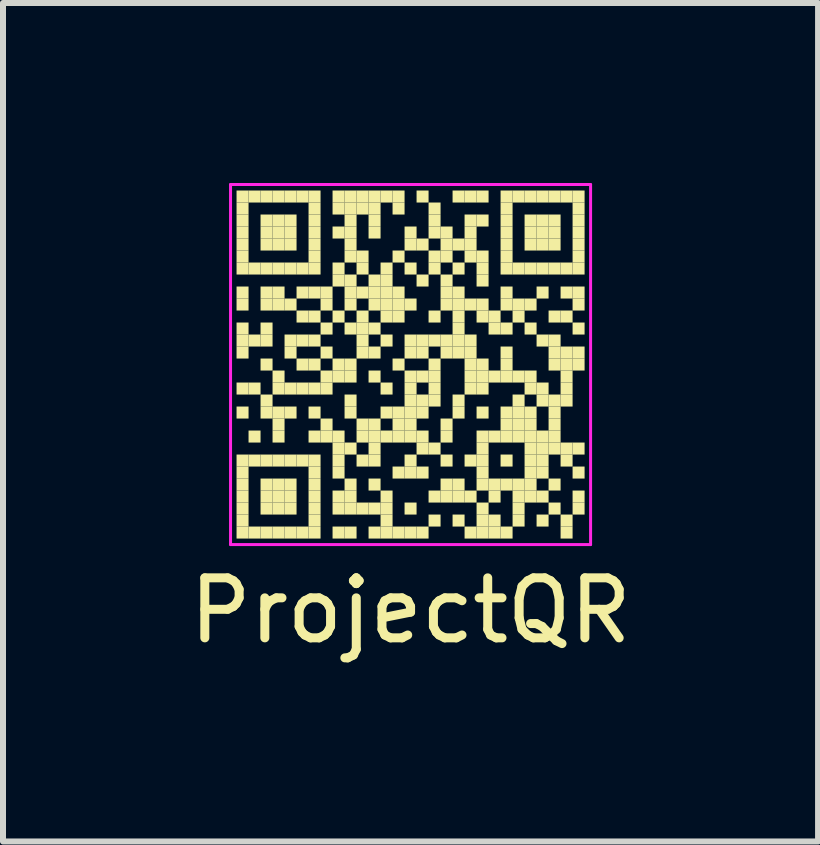
<source format=kicad_pcb>
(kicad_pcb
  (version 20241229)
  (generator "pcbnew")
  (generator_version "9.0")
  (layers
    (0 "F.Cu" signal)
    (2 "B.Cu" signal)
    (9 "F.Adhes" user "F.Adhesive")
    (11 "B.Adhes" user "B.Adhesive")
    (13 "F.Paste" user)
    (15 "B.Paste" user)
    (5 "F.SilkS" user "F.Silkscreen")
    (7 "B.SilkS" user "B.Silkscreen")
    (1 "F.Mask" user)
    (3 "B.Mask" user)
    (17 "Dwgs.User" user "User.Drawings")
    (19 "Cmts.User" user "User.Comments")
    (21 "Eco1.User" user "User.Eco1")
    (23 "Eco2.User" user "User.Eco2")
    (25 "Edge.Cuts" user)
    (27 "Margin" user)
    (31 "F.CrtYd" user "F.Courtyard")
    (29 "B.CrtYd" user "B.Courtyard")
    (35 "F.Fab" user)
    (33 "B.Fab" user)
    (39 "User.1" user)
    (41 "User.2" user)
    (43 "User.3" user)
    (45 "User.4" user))
  (footprint "ProjectQR"
    (layer "F.Cu")
    (at 3.792 3.025)
    (property "Reference" "ProjectQR" (at 0 4.1 0) (layer "F.SilkS") (effects (font (size 1 1) (thickness 0.15))))
    (fp_rect (start -2.9 -2.9) (end -2.7 -2.7) (stroke (width 0) (type default)) (fill yes) (layer "F.SilkS"))
    (fp_rect (start -2.9 -2.7) (end -2.7 -2.5) (stroke (width 0) (type default)) (fill yes) (layer "F.SilkS"))
    (fp_rect (start -2.9 -2.5) (end -2.7 -2.3) (stroke (width 0) (type default)) (fill yes) (layer "F.SilkS"))
    (fp_rect (start -2.9 -2.3) (end -2.7 -2.1) (stroke (width 0) (type default)) (fill yes) (layer "F.SilkS"))
    (fp_rect (start -2.9 -2.1) (end -2.7 -1.9) (stroke (width 0) (type default)) (fill yes) (layer "F.SilkS"))
    (fp_rect (start -2.9 -1.9) (end -2.7 -1.7) (stroke (width 0) (type default)) (fill yes) (layer "F.SilkS"))
    (fp_rect (start -2.9 -1.7) (end -2.7 -1.5) (stroke (width 0) (type default)) (fill yes) (layer "F.SilkS"))
    (fp_rect (start -2.9 -1.3) (end -2.7 -1.1) (stroke (width 0) (type default)) (fill yes) (layer "F.SilkS"))
    (fp_rect (start -2.9 -1.1) (end -2.7 -0.9) (stroke (width 0) (type default)) (fill yes) (layer "F.SilkS"))
    (fp_rect (start -2.9 -0.7) (end -2.7 -0.5) (stroke (width 0) (type default)) (fill yes) (layer "F.SilkS"))
    (fp_rect (start -2.9 -0.5) (end -2.7 -0.3) (stroke (width 0) (type default)) (fill yes) (layer "F.SilkS"))
    (fp_rect (start -2.9 -0.3) (end -2.7 -0.1) (stroke (width 0) (type default)) (fill yes) (layer "F.SilkS"))
    (fp_rect (start -2.9 0.3) (end -2.7 0.5) (stroke (width 0) (type default)) (fill yes) (layer "F.SilkS"))
    (fp_rect (start -2.9 0.7) (end -2.7 0.9) (stroke (width 0) (type default)) (fill yes) (layer "F.SilkS"))
    (fp_rect (start -2.9 1.5) (end -2.7 1.7) (stroke (width 0) (type default)) (fill yes) (layer "F.SilkS"))
    (fp_rect (start -2.9 1.7) (end -2.7 1.9) (stroke (width 0) (type default)) (fill yes) (layer "F.SilkS"))
    (fp_rect (start -2.9 1.9) (end -2.7 2.1) (stroke (width 0) (type default)) (fill yes) (layer "F.SilkS"))
    (fp_rect (start -2.9 2.1) (end -2.7 2.3) (stroke (width 0) (type default)) (fill yes) (layer "F.SilkS"))
    (fp_rect (start -2.9 2.3) (end -2.7 2.5) (stroke (width 0) (type default)) (fill yes) (layer "F.SilkS"))
    (fp_rect (start -2.9 2.5) (end -2.7 2.7) (stroke (width 0) (type default)) (fill yes) (layer "F.SilkS"))
    (fp_rect (start -2.9 2.7) (end -2.7 2.9) (stroke (width 0) (type default)) (fill yes) (layer "F.SilkS"))
    (fp_rect (start -2.7 -2.9) (end -2.5 -2.7) (stroke (width 0) (type default)) (fill yes) (layer "F.SilkS"))
    (fp_rect (start -2.7 -1.7) (end -2.5 -1.5) (stroke (width 0) (type default)) (fill yes) (layer "F.SilkS"))
    (fp_rect (start -2.7 -0.5) (end -2.5 -0.3) (stroke (width 0) (type default)) (fill yes) (layer "F.SilkS"))
    (fp_rect (start -2.7 0.3) (end -2.5 0.5) (stroke (width 0) (type default)) (fill yes) (layer "F.SilkS"))
    (fp_rect (start -2.7 1.1) (end -2.5 1.3) (stroke (width 0) (type default)) (fill yes) (layer "F.SilkS"))
    (fp_rect (start -2.7 1.5) (end -2.5 1.7) (stroke (width 0) (type default)) (fill yes) (layer "F.SilkS"))
    (fp_rect (start -2.7 2.7) (end -2.5 2.9) (stroke (width 0) (type default)) (fill yes) (layer "F.SilkS"))
    (fp_rect (start -2.5 -2.9) (end -2.3 -2.7) (stroke (width 0) (type default)) (fill yes) (layer "F.SilkS"))
    (fp_rect (start -2.5 -2.5) (end -2.3 -2.3) (stroke (width 0) (type default)) (fill yes) (layer "F.SilkS"))
    (fp_rect (start -2.5 -2.3) (end -2.3 -2.1) (stroke (width 0) (type default)) (fill yes) (layer "F.SilkS"))
    (fp_rect (start -2.5 -2.1) (end -2.3 -1.9) (stroke (width 0) (type default)) (fill yes) (layer "F.SilkS"))
    (fp_rect (start -2.5 -1.7) (end -2.3 -1.5) (stroke (width 0) (type default)) (fill yes) (layer "F.SilkS"))
    (fp_rect (start -2.5 -1.3) (end -2.3 -1.1) (stroke (width 0) (type default)) (fill yes) (layer "F.SilkS"))
    (fp_rect (start -2.5 -1.1) (end -2.3 -0.9) (stroke (width 0) (type default)) (fill yes) (layer "F.SilkS"))
    (fp_rect (start -2.5 -0.7) (end -2.3 -0.5) (stroke (width 0) (type default)) (fill yes) (layer "F.SilkS"))
    (fp_rect (start -2.5 -0.5) (end -2.3 -0.3) (stroke (width 0) (type default)) (fill yes) (layer "F.SilkS"))
    (fp_rect (start -2.5 -0.1) (end -2.3 0.1) (stroke (width 0) (type default)) (fill yes) (layer "F.SilkS"))
    (fp_rect (start -2.5 0.5) (end -2.3 0.7) (stroke (width 0) (type default)) (fill yes) (layer "F.SilkS"))
    (fp_rect (start -2.5 0.7) (end -2.3 0.9) (stroke (width 0) (type default)) (fill yes) (layer "F.SilkS"))
    (fp_rect (start -2.5 1.5) (end -2.3 1.7) (stroke (width 0) (type default)) (fill yes) (layer "F.SilkS"))
    (fp_rect (start -2.5 1.9) (end -2.3 2.1) (stroke (width 0) (type default)) (fill yes) (layer "F.SilkS"))
    (fp_rect (start -2.5 2.1) (end -2.3 2.3) (stroke (width 0) (type default)) (fill yes) (layer "F.SilkS"))
    (fp_rect (start -2.5 2.3) (end -2.3 2.5) (stroke (width 0) (type default)) (fill yes) (layer "F.SilkS"))
    (fp_rect (start -2.5 2.7) (end -2.3 2.9) (stroke (width 0) (type default)) (fill yes) (layer "F.SilkS"))
    (fp_rect (start -2.3 -2.9) (end -2.1 -2.7) (stroke (width 0) (type default)) (fill yes) (layer "F.SilkS"))
    (fp_rect (start -2.3 -2.5) (end -2.1 -2.3) (stroke (width 0) (type default)) (fill yes) (layer "F.SilkS"))
    (fp_rect (start -2.3 -2.3) (end -2.1 -2.1) (stroke (width 0) (type default)) (fill yes) (layer "F.SilkS"))
    (fp_rect (start -2.3 -2.1) (end -2.1 -1.9) (stroke (width 0) (type default)) (fill yes) (layer "F.SilkS"))
    (fp_rect (start -2.3 -1.7) (end -2.1 -1.5) (stroke (width 0) (type default)) (fill yes) (layer "F.SilkS"))
    (fp_rect (start -2.3 -1.3) (end -2.1 -1.1) (stroke (width 0) (type default)) (fill yes) (layer "F.SilkS"))
    (fp_rect (start -2.3 -1.1) (end -2.1 -0.9) (stroke (width 0) (type default)) (fill yes) (layer "F.SilkS"))
    (fp_rect (start -2.3 0.1) (end -2.1 0.3) (stroke (width 0) (type default)) (fill yes) (layer "F.SilkS"))
    (fp_rect (start -2.3 0.3) (end -2.1 0.5) (stroke (width 0) (type default)) (fill yes) (layer "F.SilkS"))
    (fp_rect (start -2.3 0.7) (end -2.1 0.9) (stroke (width 0) (type default)) (fill yes) (layer "F.SilkS"))
    (fp_rect (start -2.3 0.9) (end -2.1 1.1) (stroke (width 0) (type default)) (fill yes) (layer "F.SilkS"))
    (fp_rect (start -2.3 1.1) (end -2.1 1.3) (stroke (width 0) (type default)) (fill yes) (layer "F.SilkS"))
    (fp_rect (start -2.3 1.5) (end -2.1 1.7) (stroke (width 0) (type default)) (fill yes) (layer "F.SilkS"))
    (fp_rect (start -2.3 1.9) (end -2.1 2.1) (stroke (width 0) (type default)) (fill yes) (layer "F.SilkS"))
    (fp_rect (start -2.3 2.1) (end -2.1 2.3) (stroke (width 0) (type default)) (fill yes) (layer "F.SilkS"))
    (fp_rect (start -2.3 2.3) (end -2.1 2.5) (stroke (width 0) (type default)) (fill yes) (layer "F.SilkS"))
    (fp_rect (start -2.3 2.7) (end -2.1 2.9) (stroke (width 0) (type default)) (fill yes) (layer "F.SilkS"))
    (fp_rect (start -2.1 -2.9) (end -1.9 -2.7) (stroke (width 0) (type default)) (fill yes) (layer "F.SilkS"))
    (fp_rect (start -2.1 -2.5) (end -1.9 -2.3) (stroke (width 0) (type default)) (fill yes) (layer "F.SilkS"))
    (fp_rect (start -2.1 -2.3) (end -1.9 -2.1) (stroke (width 0) (type default)) (fill yes) (layer "F.SilkS"))
    (fp_rect (start -2.1 -2.1) (end -1.9 -1.9) (stroke (width 0) (type default)) (fill yes) (layer "F.SilkS"))
    (fp_rect (start -2.1 -1.7) (end -1.9 -1.5) (stroke (width 0) (type default)) (fill yes) (layer "F.SilkS"))
    (fp_rect (start -2.1 -1.1) (end -1.9 -0.9) (stroke (width 0) (type default)) (fill yes) (layer "F.SilkS"))
    (fp_rect (start -2.1 -0.5) (end -1.9 -0.3) (stroke (width 0) (type default)) (fill yes) (layer "F.SilkS"))
    (fp_rect (start -2.1 -0.3) (end -1.9 -0.1) (stroke (width 0) (type default)) (fill yes) (layer "F.SilkS"))
    (fp_rect (start -2.1 0.3) (end -1.9 0.5) (stroke (width 0) (type default)) (fill yes) (layer "F.SilkS"))
    (fp_rect (start -2.1 0.7) (end -1.9 0.9) (stroke (width 0) (type default)) (fill yes) (layer "F.SilkS"))
    (fp_rect (start -2.1 1.5) (end -1.9 1.7) (stroke (width 0) (type default)) (fill yes) (layer "F.SilkS"))
    (fp_rect (start -2.1 1.9) (end -1.9 2.1) (stroke (width 0) (type default)) (fill yes) (layer "F.SilkS"))
    (fp_rect (start -2.1 2.1) (end -1.9 2.3) (stroke (width 0) (type default)) (fill yes) (layer "F.SilkS"))
    (fp_rect (start -2.1 2.3) (end -1.9 2.5) (stroke (width 0) (type default)) (fill yes) (layer "F.SilkS"))
    (fp_rect (start -2.1 2.7) (end -1.9 2.9) (stroke (width 0) (type default)) (fill yes) (layer "F.SilkS"))
    (fp_rect (start -1.9 -2.9) (end -1.7 -2.7) (stroke (width 0) (type default)) (fill yes) (layer "F.SilkS"))
    (fp_rect (start -1.9 -1.7) (end -1.7 -1.5) (stroke (width 0) (type default)) (fill yes) (layer "F.SilkS"))
    (fp_rect (start -1.9 -1.3) (end -1.7 -1.1) (stroke (width 0) (type default)) (fill yes) (layer "F.SilkS"))
    (fp_rect (start -1.9 -0.9) (end -1.7 -0.7) (stroke (width 0) (type default)) (fill yes) (layer "F.SilkS"))
    (fp_rect (start -1.9 -0.5) (end -1.7 -0.3) (stroke (width 0) (type default)) (fill yes) (layer "F.SilkS"))
    (fp_rect (start -1.9 -0.1) (end -1.7 0.1) (stroke (width 0) (type default)) (fill yes) (layer "F.SilkS"))
    (fp_rect (start -1.9 0.3) (end -1.7 0.5) (stroke (width 0) (type default)) (fill yes) (layer "F.SilkS"))
    (fp_rect (start -1.9 1.5) (end -1.7 1.7) (stroke (width 0) (type default)) (fill yes) (layer "F.SilkS"))
    (fp_rect (start -1.9 2.7) (end -1.7 2.9) (stroke (width 0) (type default)) (fill yes) (layer "F.SilkS"))
    (fp_rect (start -1.7 -2.9) (end -1.5 -2.7) (stroke (width 0) (type default)) (fill yes) (layer "F.SilkS"))
    (fp_rect (start -1.7 -2.7) (end -1.5 -2.5) (stroke (width 0) (type default)) (fill yes) (layer "F.SilkS"))
    (fp_rect (start -1.7 -2.5) (end -1.5 -2.3) (stroke (width 0) (type default)) (fill yes) (layer "F.SilkS"))
    (fp_rect (start -1.7 -2.3) (end -1.5 -2.1) (stroke (width 0) (type default)) (fill yes) (layer "F.SilkS"))
    (fp_rect (start -1.7 -2.1) (end -1.5 -1.9) (stroke (width 0) (type default)) (fill yes) (layer "F.SilkS"))
    (fp_rect (start -1.7 -1.9) (end -1.5 -1.7) (stroke (width 0) (type default)) (fill yes) (layer "F.SilkS"))
    (fp_rect (start -1.7 -1.7) (end -1.5 -1.5) (stroke (width 0) (type default)) (fill yes) (layer "F.SilkS"))
    (fp_rect (start -1.7 -1.3) (end -1.5 -1.1) (stroke (width 0) (type default)) (fill yes) (layer "F.SilkS"))
    (fp_rect (start -1.7 -0.9) (end -1.5 -0.7) (stroke (width 0) (type default)) (fill yes) (layer "F.SilkS"))
    (fp_rect (start -1.7 -0.5) (end -1.5 -0.3) (stroke (width 0) (type default)) (fill yes) (layer "F.SilkS"))
    (fp_rect (start -1.7 -0.1) (end -1.5 0.1) (stroke (width 0) (type default)) (fill yes) (layer "F.SilkS"))
    (fp_rect (start -1.7 0.3) (end -1.5 0.5) (stroke (width 0) (type default)) (fill yes) (layer "F.SilkS"))
    (fp_rect (start -1.7 0.7) (end -1.5 0.9) (stroke (width 0) (type default)) (fill yes) (layer "F.SilkS"))
    (fp_rect (start -1.7 1.1) (end -1.5 1.3) (stroke (width 0) (type default)) (fill yes) (layer "F.SilkS"))
    (fp_rect (start -1.7 1.5) (end -1.5 1.7) (stroke (width 0) (type default)) (fill yes) (layer "F.SilkS"))
    (fp_rect (start -1.7 1.7) (end -1.5 1.9) (stroke (width 0) (type default)) (fill yes) (layer "F.SilkS"))
    (fp_rect (start -1.7 1.9) (end -1.5 2.1) (stroke (width 0) (type default)) (fill yes) (layer "F.SilkS"))
    (fp_rect (start -1.7 2.1) (end -1.5 2.3) (stroke (width 0) (type default)) (fill yes) (layer "F.SilkS"))
    (fp_rect (start -1.7 2.3) (end -1.5 2.5) (stroke (width 0) (type default)) (fill yes) (layer "F.SilkS"))
    (fp_rect (start -1.7 2.5) (end -1.5 2.7) (stroke (width 0) (type default)) (fill yes) (layer "F.SilkS"))
    (fp_rect (start -1.7 2.7) (end -1.5 2.9) (stroke (width 0) (type default)) (fill yes) (layer "F.SilkS"))
    (fp_rect (start -1.5 -1.3) (end -1.3 -1.1) (stroke (width 0) (type default)) (fill yes) (layer "F.SilkS"))
    (fp_rect (start -1.5 -1.1) (end -1.3 -0.9) (stroke (width 0) (type default)) (fill yes) (layer "F.SilkS"))
    (fp_rect (start -1.5 -0.7) (end -1.3 -0.5) (stroke (width 0) (type default)) (fill yes) (layer "F.SilkS"))
    (fp_rect (start -1.5 -0.3) (end -1.3 -0.1) (stroke (width 0) (type default)) (fill yes) (layer "F.SilkS"))
    (fp_rect (start -1.5 0.1) (end -1.3 0.3) (stroke (width 0) (type default)) (fill yes) (layer "F.SilkS"))
    (fp_rect (start -1.5 0.3) (end -1.3 0.5) (stroke (width 0) (type default)) (fill yes) (layer "F.SilkS"))
    (fp_rect (start -1.5 0.9) (end -1.3 1.1) (stroke (width 0) (type default)) (fill yes) (layer "F.SilkS"))
    (fp_rect (start -1.5 1.1) (end -1.3 1.3) (stroke (width 0) (type default)) (fill yes) (layer "F.SilkS"))
    (fp_rect (start -1.3 -2.9) (end -1.1 -2.7) (stroke (width 0) (type default)) (fill yes) (layer "F.SilkS"))
    (fp_rect (start -1.3 -2.7) (end -1.1 -2.5) (stroke (width 0) (type default)) (fill yes) (layer "F.SilkS"))
    (fp_rect (start -1.3 -2.3) (end -1.1 -2.1) (stroke (width 0) (type default)) (fill yes) (layer "F.SilkS"))
    (fp_rect (start -1.3 -1.7) (end -1.1 -1.5) (stroke (width 0) (type default)) (fill yes) (layer "F.SilkS"))
    (fp_rect (start -1.3 -1.5) (end -1.1 -1.3) (stroke (width 0) (type default)) (fill yes) (layer "F.SilkS"))
    (fp_rect (start -1.3 -0.9) (end -1.1 -0.7) (stroke (width 0) (type default)) (fill yes) (layer "F.SilkS"))
    (fp_rect (start -1.3 -0.1) (end -1.1 0.1) (stroke (width 0) (type default)) (fill yes) (layer "F.SilkS"))
    (fp_rect (start -1.3 0.1) (end -1.1 0.3) (stroke (width 0) (type default)) (fill yes) (layer "F.SilkS"))
    (fp_rect (start -1.3 1.1) (end -1.1 1.3) (stroke (width 0) (type default)) (fill yes) (layer "F.SilkS"))
    (fp_rect (start -1.3 1.3) (end -1.1 1.5) (stroke (width 0) (type default)) (fill yes) (layer "F.SilkS"))
    (fp_rect (start -1.3 1.5) (end -1.1 1.7) (stroke (width 0) (type default)) (fill yes) (layer "F.SilkS"))
    (fp_rect (start -1.3 1.7) (end -1.1 1.9) (stroke (width 0) (type default)) (fill yes) (layer "F.SilkS"))
    (fp_rect (start -1.3 2.1) (end -1.1 2.3) (stroke (width 0) (type default)) (fill yes) (layer "F.SilkS"))
    (fp_rect (start -1.3 2.3) (end -1.1 2.5) (stroke (width 0) (type default)) (fill yes) (layer "F.SilkS"))
    (fp_rect (start -1.3 2.7) (end -1.1 2.9) (stroke (width 0) (type default)) (fill yes) (layer "F.SilkS"))
    (fp_rect (start -1.1 -2.9) (end -0.9 -2.7) (stroke (width 0) (type default)) (fill yes) (layer "F.SilkS"))
    (fp_rect (start -1.1 -2.7) (end -0.9 -2.5) (stroke (width 0) (type default)) (fill yes) (layer "F.SilkS"))
    (fp_rect (start -1.1 -2.5) (end -0.9 -2.3) (stroke (width 0) (type default)) (fill yes) (layer "F.SilkS"))
    (fp_rect (start -1.1 -2.3) (end -0.9 -2.1) (stroke (width 0) (type default)) (fill yes) (layer "F.SilkS"))
    (fp_rect (start -1.1 -2.1) (end -0.9 -1.9) (stroke (width 0) (type default)) (fill yes) (layer "F.SilkS"))
    (fp_rect (start -1.1 -1.9) (end -0.9 -1.7) (stroke (width 0) (type default)) (fill yes) (layer "F.SilkS"))
    (fp_rect (start -1.1 -1.5) (end -0.9 -1.3) (stroke (width 0) (type default)) (fill yes) (layer "F.SilkS"))
    (fp_rect (start -1.1 -1.3) (end -0.9 -1.1) (stroke (width 0) (type default)) (fill yes) (layer "F.SilkS"))
    (fp_rect (start -1.1 -1.1) (end -0.9 -0.9) (stroke (width 0) (type default)) (fill yes) (layer "F.SilkS"))
    (fp_rect (start -1.1 -0.7) (end -0.9 -0.5) (stroke (width 0) (type default)) (fill yes) (layer "F.SilkS"))
    (fp_rect (start -1.1 -0.1) (end -0.9 0.1) (stroke (width 0) (type default)) (fill yes) (layer "F.SilkS"))
    (fp_rect (start -1.1 0.1) (end -0.9 0.3) (stroke (width 0) (type default)) (fill yes) (layer "F.SilkS"))
    (fp_rect (start -1.1 0.5) (end -0.9 0.7) (stroke (width 0) (type default)) (fill yes) (layer "F.SilkS"))
    (fp_rect (start -1.1 0.7) (end -0.9 0.9) (stroke (width 0) (type default)) (fill yes) (layer "F.SilkS"))
    (fp_rect (start -1.1 1.3) (end -0.9 1.5) (stroke (width 0) (type default)) (fill yes) (layer "F.SilkS"))
    (fp_rect (start -1.1 1.9) (end -0.9 2.1) (stroke (width 0) (type default)) (fill yes) (layer "F.SilkS"))
    (fp_rect (start -1.1 2.1) (end -0.9 2.3) (stroke (width 0) (type default)) (fill yes) (layer "F.SilkS"))
    (fp_rect (start -1.1 2.3) (end -0.9 2.5) (stroke (width 0) (type default)) (fill yes) (layer "F.SilkS"))
    (fp_rect (start -1.1 2.7) (end -0.9 2.9) (stroke (width 0) (type default)) (fill yes) (layer "F.SilkS"))
    (fp_rect (start -0.9 -2.9) (end -0.7 -2.7) (stroke (width 0) (type default)) (fill yes) (layer "F.SilkS"))
    (fp_rect (start -0.9 -2.7) (end -0.7 -2.5) (stroke (width 0) (type default)) (fill yes) (layer "F.SilkS"))
    (fp_rect (start -0.9 -1.9) (end -0.7 -1.7) (stroke (width 0) (type default)) (fill yes) (layer "F.SilkS"))
    (fp_rect (start -0.9 -1.7) (end -0.7 -1.5) (stroke (width 0) (type default)) (fill yes) (layer "F.SilkS"))
    (fp_rect (start -0.9 -1.3) (end -0.7 -1.1) (stroke (width 0) (type default)) (fill yes) (layer "F.SilkS"))
    (fp_rect (start -0.9 -0.9) (end -0.7 -0.7) (stroke (width 0) (type default)) (fill yes) (layer "F.SilkS"))
    (fp_rect (start -0.9 -0.7) (end -0.7 -0.5) (stroke (width 0) (type default)) (fill yes) (layer "F.SilkS"))
    (fp_rect (start -0.9 -0.5) (end -0.7 -0.3) (stroke (width 0) (type default)) (fill yes) (layer "F.SilkS"))
    (fp_rect (start -0.9 -0.3) (end -0.7 -0.1) (stroke (width 0) (type default)) (fill yes) (layer "F.SilkS"))
    (fp_rect (start -0.9 0.9) (end -0.7 1.1) (stroke (width 0) (type default)) (fill yes) (layer "F.SilkS"))
    (fp_rect (start -0.9 1.1) (end -0.7 1.3) (stroke (width 0) (type default)) (fill yes) (layer "F.SilkS"))
    (fp_rect (start -0.9 1.5) (end -0.7 1.7) (stroke (width 0) (type default)) (fill yes) (layer "F.SilkS"))
    (fp_rect (start -0.9 2.3) (end -0.7 2.5) (stroke (width 0) (type default)) (fill yes) (layer "F.SilkS"))
    (fp_rect (start -0.7 -2.9) (end -0.5 -2.7) (stroke (width 0) (type default)) (fill yes) (layer "F.SilkS"))
    (fp_rect (start -0.7 -2.7) (end -0.5 -2.5) (stroke (width 0) (type default)) (fill yes) (layer "F.SilkS"))
    (fp_rect (start -0.7 -2.5) (end -0.5 -2.3) (stroke (width 0) (type default)) (fill yes) (layer "F.SilkS"))
    (fp_rect (start -0.7 -2.3) (end -0.5 -2.1) (stroke (width 0) (type default)) (fill yes) (layer "F.SilkS"))
    (fp_rect (start -0.7 -1.5) (end -0.5 -1.3) (stroke (width 0) (type default)) (fill yes) (layer "F.SilkS"))
    (fp_rect (start -0.7 -1.3) (end -0.5 -1.1) (stroke (width 0) (type default)) (fill yes) (layer "F.SilkS"))
    (fp_rect (start -0.7 -1.1) (end -0.5 -0.9) (stroke (width 0) (type default)) (fill yes) (layer "F.SilkS"))
    (fp_rect (start -0.7 -0.7) (end -0.5 -0.5) (stroke (width 0) (type default)) (fill yes) (layer "F.SilkS"))
    (fp_rect (start -0.7 -0.3) (end -0.5 -0.1) (stroke (width 0) (type default)) (fill yes) (layer "F.SilkS"))
    (fp_rect (start -0.7 0.1) (end -0.5 0.3) (stroke (width 0) (type default)) (fill yes) (layer "F.SilkS"))
    (fp_rect (start -0.7 0.9) (end -0.5 1.1) (stroke (width 0) (type default)) (fill yes) (layer "F.SilkS"))
    (fp_rect (start -0.7 1.1) (end -0.5 1.3) (stroke (width 0) (type default)) (fill yes) (layer "F.SilkS"))
    (fp_rect (start -0.7 1.3) (end -0.5 1.5) (stroke (width 0) (type default)) (fill yes) (layer "F.SilkS"))
    (fp_rect (start -0.7 1.5) (end -0.5 1.7) (stroke (width 0) (type default)) (fill yes) (layer "F.SilkS"))
    (fp_rect (start -0.7 1.9) (end -0.5 2.1) (stroke (width 0) (type default)) (fill yes) (layer "F.SilkS"))
    (fp_rect (start -0.7 2.3) (end -0.5 2.5) (stroke (width 0) (type default)) (fill yes) (layer "F.SilkS"))
    (fp_rect (start -0.7 2.7) (end -0.5 2.9) (stroke (width 0) (type default)) (fill yes) (layer "F.SilkS"))
    (fp_rect (start -0.5 -2.9) (end -0.3 -2.7) (stroke (width 0) (type default)) (fill yes) (layer "F.SilkS"))
    (fp_rect (start -0.5 -1.7) (end -0.3 -1.5) (stroke (width 0) (type default)) (fill yes) (layer "F.SilkS"))
    (fp_rect (start -0.5 -1.5) (end -0.3 -1.3) (stroke (width 0) (type default)) (fill yes) (layer "F.SilkS"))
    (fp_rect (start -0.5 -1.3) (end -0.3 -1.1) (stroke (width 0) (type default)) (fill yes) (layer "F.SilkS"))
    (fp_rect (start -0.5 -1.1) (end -0.3 -0.9) (stroke (width 0) (type default)) (fill yes) (layer "F.SilkS"))
    (fp_rect (start -0.5 -0.9) (end -0.3 -0.7) (stroke (width 0) (type default)) (fill yes) (layer "F.SilkS"))
    (fp_rect (start -0.5 -0.5) (end -0.3 -0.3) (stroke (width 0) (type default)) (fill yes) (layer "F.SilkS"))
    (fp_rect (start -0.5 0.3) (end -0.3 0.5) (stroke (width 0) (type default)) (fill yes) (layer "F.SilkS"))
    (fp_rect (start -0.5 0.7) (end -0.3 0.9) (stroke (width 0) (type default)) (fill yes) (layer "F.SilkS"))
    (fp_rect (start -0.5 1.1) (end -0.3 1.3) (stroke (width 0) (type default)) (fill yes) (layer "F.SilkS"))
    (fp_rect (start -0.5 2.1) (end -0.3 2.3) (stroke (width 0) (type default)) (fill yes) (layer "F.SilkS"))
    (fp_rect (start -0.5 2.3) (end -0.3 2.5) (stroke (width 0) (type default)) (fill yes) (layer "F.SilkS"))
    (fp_rect (start -0.5 2.5) (end -0.3 2.7) (stroke (width 0) (type default)) (fill yes) (layer "F.SilkS"))
    (fp_rect (start -0.5 2.7) (end -0.3 2.9) (stroke (width 0) (type default)) (fill yes) (layer "F.SilkS"))
    (fp_rect (start -0.3 -2.9) (end -0.1 -2.7) (stroke (width 0) (type default)) (fill yes) (layer "F.SilkS"))
    (fp_rect (start -0.3 -2.7) (end -0.1 -2.5) (stroke (width 0) (type default)) (fill yes) (layer "F.SilkS"))
    (fp_rect (start -0.3 -1.9) (end -0.1 -1.7) (stroke (width 0) (type default)) (fill yes) (layer "F.SilkS"))
    (fp_rect (start -0.3 -1.3) (end -0.1 -1.1) (stroke (width 0) (type default)) (fill yes) (layer "F.SilkS"))
    (fp_rect (start -0.3 -1.1) (end -0.1 -0.9) (stroke (width 0) (type default)) (fill yes) (layer "F.SilkS"))
    (fp_rect (start -0.3 -0.9) (end -0.1 -0.7) (stroke (width 0) (type default)) (fill yes) (layer "F.SilkS"))
    (fp_rect (start -0.3 -0.1) (end -0.1 0.1) (stroke (width 0) (type default)) (fill yes) (layer "F.SilkS"))
    (fp_rect (start -0.3 0.7) (end -0.1 0.9) (stroke (width 0) (type default)) (fill yes) (layer "F.SilkS"))
    (fp_rect (start -0.3 0.9) (end -0.1 1.1) (stroke (width 0) (type default)) (fill yes) (layer "F.SilkS"))
    (fp_rect (start -0.3 1.1) (end -0.1 1.3) (stroke (width 0) (type default)) (fill yes) (layer "F.SilkS"))
    (fp_rect (start -0.3 1.7) (end -0.1 1.9) (stroke (width 0) (type default)) (fill yes) (layer "F.SilkS"))
    (fp_rect (start -0.3 2.7) (end -0.1 2.9) (stroke (width 0) (type default)) (fill yes) (layer "F.SilkS"))
    (fp_rect (start -0.1 -2.3) (end 0.1 -2.1) (stroke (width 0) (type default)) (fill yes) (layer "F.SilkS"))
    (fp_rect (start -0.1 -2.1) (end 0.1 -1.9) (stroke (width 0) (type default)) (fill yes) (layer "F.SilkS"))
    (fp_rect (start -0.1 -1.7) (end 0.1 -1.5) (stroke (width 0) (type default)) (fill yes) (layer "F.SilkS"))
    (fp_rect (start -0.1 -1.1) (end 0.1 -0.9) (stroke (width 0) (type default)) (fill yes) (layer "F.SilkS"))
    (fp_rect (start -0.1 -0.5) (end 0.1 -0.3) (stroke (width 0) (type default)) (fill yes) (layer "F.SilkS"))
    (fp_rect (start -0.1 -0.3) (end 0.1 -0.1) (stroke (width 0) (type default)) (fill yes) (layer "F.SilkS"))
    (fp_rect (start -0.1 0.1) (end 0.1 0.3) (stroke (width 0) (type default)) (fill yes) (layer "F.SilkS"))
    (fp_rect (start -0.1 0.3) (end 0.1 0.5) (stroke (width 0) (type default)) (fill yes) (layer "F.SilkS"))
    (fp_rect (start -0.1 0.5) (end 0.1 0.7) (stroke (width 0) (type default)) (fill yes) (layer "F.SilkS"))
    (fp_rect (start -0.1 0.7) (end 0.1 0.9) (stroke (width 0) (type default)) (fill yes) (layer "F.SilkS"))
    (fp_rect (start -0.1 0.9) (end 0.1 1.1) (stroke (width 0) (type default)) (fill yes) (layer "F.SilkS"))
    (fp_rect (start -0.1 1.1) (end 0.1 1.3) (stroke (width 0) (type default)) (fill yes) (layer "F.SilkS"))
    (fp_rect (start -0.1 1.5) (end 0.1 1.7) (stroke (width 0) (type default)) (fill yes) (layer "F.SilkS"))
    (fp_rect (start -0.1 1.7) (end 0.1 1.9) (stroke (width 0) (type default)) (fill yes) (layer "F.SilkS"))
    (fp_rect (start -0.1 2.3) (end 0.1 2.5) (stroke (width 0) (type default)) (fill yes) (layer "F.SilkS"))
    (fp_rect (start -0.1 2.7) (end 0.1 2.9) (stroke (width 0) (type default)) (fill yes) (layer "F.SilkS"))
    (fp_rect (start 0.1 -2.9) (end 0.3 -2.7) (stroke (width 0) (type default)) (fill yes) (layer "F.SilkS"))
    (fp_rect (start 0.1 -2.1) (end 0.3 -1.9) (stroke (width 0) (type default)) (fill yes) (layer "F.SilkS"))
    (fp_rect (start 0.1 -1.5) (end 0.3 -1.3) (stroke (width 0) (type default)) (fill yes) (layer "F.SilkS"))
    (fp_rect (start 0.1 -0.5) (end 0.3 -0.3) (stroke (width 0) (type default)) (fill yes) (layer "F.SilkS"))
    (fp_rect (start 0.1 -0.3) (end 0.3 -0.1) (stroke (width 0) (type default)) (fill yes) (layer "F.SilkS"))
    (fp_rect (start 0.1 0.1) (end 0.3 0.3) (stroke (width 0) (type default)) (fill yes) (layer "F.SilkS"))
    (fp_rect (start 0.1 0.5) (end 0.3 0.7) (stroke (width 0) (type default)) (fill yes) (layer "F.SilkS"))
    (fp_rect (start 0.1 0.7) (end 0.3 0.9) (stroke (width 0) (type default)) (fill yes) (layer "F.SilkS"))
    (fp_rect (start 0.1 1.1) (end 0.3 1.3) (stroke (width 0) (type default)) (fill yes) (layer "F.SilkS"))
    (fp_rect (start 0.1 1.3) (end 0.3 1.5) (stroke (width 0) (type default)) (fill yes) (layer "F.SilkS"))
    (fp_rect (start 0.1 1.7) (end 0.3 1.9) (stroke (width 0) (type default)) (fill yes) (layer "F.SilkS"))
    (fp_rect (start 0.1 2.7) (end 0.3 2.9) (stroke (width 0) (type default)) (fill yes) (layer "F.SilkS"))
    (fp_rect (start 0.3 -2.7) (end 0.5 -2.5) (stroke (width 0) (type default)) (fill yes) (layer "F.SilkS"))
    (fp_rect (start 0.3 -2.5) (end 0.5 -2.3) (stroke (width 0) (type default)) (fill yes) (layer "F.SilkS"))
    (fp_rect (start 0.3 -2.3) (end 0.5 -2.1) (stroke (width 0) (type default)) (fill yes) (layer "F.SilkS"))
    (fp_rect (start 0.3 -1.9) (end 0.5 -1.7) (stroke (width 0) (type default)) (fill yes) (layer "F.SilkS"))
    (fp_rect (start 0.3 -1.7) (end 0.5 -1.5) (stroke (width 0) (type default)) (fill yes) (layer "F.SilkS"))
    (fp_rect (start 0.3 -0.9) (end 0.5 -0.7) (stroke (width 0) (type default)) (fill yes) (layer "F.SilkS"))
    (fp_rect (start 0.3 -0.5) (end 0.5 -0.3) (stroke (width 0) (type default)) (fill yes) (layer "F.SilkS"))
    (fp_rect (start 0.3 -0.1) (end 0.5 0.1) (stroke (width 0) (type default)) (fill yes) (layer "F.SilkS"))
    (fp_rect (start 0.3 0.1) (end 0.5 0.3) (stroke (width 0) (type default)) (fill yes) (layer "F.SilkS"))
    (fp_rect (start 0.3 0.3) (end 0.5 0.5) (stroke (width 0) (type default)) (fill yes) (layer "F.SilkS"))
    (fp_rect (start 0.3 0.5) (end 0.5 0.7) (stroke (width 0) (type default)) (fill yes) (layer "F.SilkS"))
    (fp_rect (start 0.3 1.3) (end 0.5 1.5) (stroke (width 0) (type default)) (fill yes) (layer "F.SilkS"))
    (fp_rect (start 0.3 2.1) (end 0.5 2.3) (stroke (width 0) (type default)) (fill yes) (layer "F.SilkS"))
    (fp_rect (start 0.3 2.5) (end 0.5 2.7) (stroke (width 0) (type default)) (fill yes) (layer "F.SilkS"))
    (fp_rect (start 0.5 -2.3) (end 0.7 -2.1) (stroke (width 0) (type default)) (fill yes) (layer "F.SilkS"))
    (fp_rect (start 0.5 -2.1) (end 0.7 -1.9) (stroke (width 0) (type default)) (fill yes) (layer "F.SilkS"))
    (fp_rect (start 0.5 -1.9) (end 0.7 -1.7) (stroke (width 0) (type default)) (fill yes) (layer "F.SilkS"))
    (fp_rect (start 0.5 -1.5) (end 0.7 -1.3) (stroke (width 0) (type default)) (fill yes) (layer "F.SilkS"))
    (fp_rect (start 0.5 -1.3) (end 0.7 -1.1) (stroke (width 0) (type default)) (fill yes) (layer "F.SilkS"))
    (fp_rect (start 0.5 -1.1) (end 0.7 -0.9) (stroke (width 0) (type default)) (fill yes) (layer "F.SilkS"))
    (fp_rect (start 0.5 -0.5) (end 0.7 -0.3) (stroke (width 0) (type default)) (fill yes) (layer "F.SilkS"))
    (fp_rect (start 0.5 -0.3) (end 0.7 -0.1) (stroke (width 0) (type default)) (fill yes) (layer "F.SilkS"))
    (fp_rect (start 0.5 0.9) (end 0.7 1.1) (stroke (width 0) (type default)) (fill yes) (layer "F.SilkS"))
    (fp_rect (start 0.5 1.1) (end 0.7 1.3) (stroke (width 0) (type default)) (fill yes) (layer "F.SilkS"))
    (fp_rect (start 0.5 1.5) (end 0.7 1.7) (stroke (width 0) (type default)) (fill yes) (layer "F.SilkS"))
    (fp_rect (start 0.5 1.9) (end 0.7 2.1) (stroke (width 0) (type default)) (fill yes) (layer "F.SilkS"))
    (fp_rect (start 0.5 2.1) (end 0.7 2.3) (stroke (width 0) (type default)) (fill yes) (layer "F.SilkS"))
    (fp_rect (start 0.7 -2.9) (end 0.9 -2.7) (stroke (width 0) (type default)) (fill yes) (layer "F.SilkS"))
    (fp_rect (start 0.7 -2.1) (end 0.9 -1.9) (stroke (width 0) (type default)) (fill yes) (layer "F.SilkS"))
    (fp_rect (start 0.7 -1.7) (end 0.9 -1.5) (stroke (width 0) (type default)) (fill yes) (layer "F.SilkS"))
    (fp_rect (start 0.7 -1.3) (end 0.9 -1.1) (stroke (width 0) (type default)) (fill yes) (layer "F.SilkS"))
    (fp_rect (start 0.7 -1.1) (end 0.9 -0.9) (stroke (width 0) (type default)) (fill yes) (layer "F.SilkS"))
    (fp_rect (start 0.7 -0.9) (end 0.9 -0.7) (stroke (width 0) (type default)) (fill yes) (layer "F.SilkS"))
    (fp_rect (start 0.7 -0.7) (end 0.9 -0.5) (stroke (width 0) (type default)) (fill yes) (layer "F.SilkS"))
    (fp_rect (start 0.7 -0.5) (end 0.9 -0.3) (stroke (width 0) (type default)) (fill yes) (layer "F.SilkS"))
    (fp_rect (start 0.7 -0.3) (end 0.9 -0.1) (stroke (width 0) (type default)) (fill yes) (layer "F.SilkS"))
    (fp_rect (start 0.7 0.5) (end 0.9 0.7) (stroke (width 0) (type default)) (fill yes) (layer "F.SilkS"))
    (fp_rect (start 0.7 0.7) (end 0.9 0.9) (stroke (width 0) (type default)) (fill yes) (layer "F.SilkS"))
    (fp_rect (start 0.7 1.9) (end 0.9 2.1) (stroke (width 0) (type default)) (fill yes) (layer "F.SilkS"))
    (fp_rect (start 0.7 2.1) (end 0.9 2.3) (stroke (width 0) (type default)) (fill yes) (layer "F.SilkS"))
    (fp_rect (start 0.7 2.5) (end 0.9 2.7) (stroke (width 0) (type default)) (fill yes) (layer "F.SilkS"))
    (fp_rect (start 0.9 -2.9) (end 1.1 -2.7) (stroke (width 0) (type default)) (fill yes) (layer "F.SilkS"))
    (fp_rect (start 0.9 -2.5) (end 1.1 -2.3) (stroke (width 0) (type default)) (fill yes) (layer "F.SilkS"))
    (fp_rect (start 0.9 -2.3) (end 1.1 -2.1) (stroke (width 0) (type default)) (fill yes) (layer "F.SilkS"))
    (fp_rect (start 0.9 -2.1) (end 1.1 -1.9) (stroke (width 0) (type default)) (fill yes) (layer "F.SilkS"))
    (fp_rect (start 0.9 -1.9) (end 1.1 -1.7) (stroke (width 0) (type default)) (fill yes) (layer "F.SilkS"))
    (fp_rect (start 0.9 -1.1) (end 1.1 -0.9) (stroke (width 0) (type default)) (fill yes) (layer "F.SilkS"))
    (fp_rect (start 0.9 -0.5) (end 1.1 -0.3) (stroke (width 0) (type default)) (fill yes) (layer "F.SilkS"))
    (fp_rect (start 0.9 -0.3) (end 1.1 -0.1) (stroke (width 0) (type default)) (fill yes) (layer "F.SilkS"))
    (fp_rect (start 0.9 -0.1) (end 1.1 0.1) (stroke (width 0) (type default)) (fill yes) (layer "F.SilkS"))
    (fp_rect (start 0.9 0.1) (end 1.1 0.3) (stroke (width 0) (type default)) (fill yes) (layer "F.SilkS"))
    (fp_rect (start 0.9 0.3) (end 1.1 0.5) (stroke (width 0) (type default)) (fill yes) (layer "F.SilkS"))
    (fp_rect (start 0.9 1.5) (end 1.1 1.7) (stroke (width 0) (type default)) (fill yes) (layer "F.SilkS"))
    (fp_rect (start 0.9 2.1) (end 1.1 2.3) (stroke (width 0) (type default)) (fill yes) (layer "F.SilkS"))
    (fp_rect (start 0.9 2.7) (end 1.1 2.9) (stroke (width 0) (type default)) (fill yes) (layer "F.SilkS"))
    (fp_rect (start 1.1 -2.9) (end 1.3 -2.7) (stroke (width 0) (type default)) (fill yes) (layer "F.SilkS"))
    (fp_rect (start 1.1 -2.5) (end 1.3 -2.3) (stroke (width 0) (type default)) (fill yes) (layer "F.SilkS"))
    (fp_rect (start 1.1 -1.9) (end 1.3 -1.7) (stroke (width 0) (type default)) (fill yes) (layer "F.SilkS"))
    (fp_rect (start 1.1 -1.7) (end 1.3 -1.5) (stroke (width 0) (type default)) (fill yes) (layer "F.SilkS"))
    (fp_rect (start 1.1 -1.5) (end 1.3 -1.3) (stroke (width 0) (type default)) (fill yes) (layer "F.SilkS"))
    (fp_rect (start 1.1 -1.1) (end 1.3 -0.9) (stroke (width 0) (type default)) (fill yes) (layer "F.SilkS"))
    (fp_rect (start 1.1 -0.9) (end 1.3 -0.7) (stroke (width 0) (type default)) (fill yes) (layer "F.SilkS"))
    (fp_rect (start 1.1 -0.1) (end 1.3 0.1) (stroke (width 0) (type default)) (fill yes) (layer "F.SilkS"))
    (fp_rect (start 1.1 0.1) (end 1.3 0.3) (stroke (width 0) (type default)) (fill yes) (layer "F.SilkS"))
    (fp_rect (start 1.1 0.3) (end 1.3 0.5) (stroke (width 0) (type default)) (fill yes) (layer "F.SilkS"))
    (fp_rect (start 1.1 0.7) (end 1.3 0.9) (stroke (width 0) (type default)) (fill yes) (layer "F.SilkS"))
    (fp_rect (start 1.1 1.1) (end 1.3 1.3) (stroke (width 0) (type default)) (fill yes) (layer "F.SilkS"))
    (fp_rect (start 1.1 1.3) (end 1.3 1.5) (stroke (width 0) (type default)) (fill yes) (layer "F.SilkS"))
    (fp_rect (start 1.1 1.5) (end 1.3 1.7) (stroke (width 0) (type default)) (fill yes) (layer "F.SilkS"))
    (fp_rect (start 1.1 1.7) (end 1.3 1.9) (stroke (width 0) (type default)) (fill yes) (layer "F.SilkS"))
    (fp_rect (start 1.1 1.9) (end 1.3 2.1) (stroke (width 0) (type default)) (fill yes) (layer "F.SilkS"))
    (fp_rect (start 1.1 2.3) (end 1.3 2.5) (stroke (width 0) (type default)) (fill yes) (layer "F.SilkS"))
    (fp_rect (start 1.1 2.5) (end 1.3 2.7) (stroke (width 0) (type default)) (fill yes) (layer "F.SilkS"))
    (fp_rect (start 1.1 2.7) (end 1.3 2.9) (stroke (width 0) (type default)) (fill yes) (layer "F.SilkS"))
    (fp_rect (start 1.3 -0.9) (end 1.5 -0.7) (stroke (width 0) (type default)) (fill yes) (layer "F.SilkS"))
    (fp_rect (start 1.3 -0.7) (end 1.5 -0.5) (stroke (width 0) (type default)) (fill yes) (layer "F.SilkS"))
    (fp_rect (start 1.3 0.1) (end 1.5 0.3) (stroke (width 0) (type default)) (fill yes) (layer "F.SilkS"))
    (fp_rect (start 1.3 1.1) (end 1.5 1.3) (stroke (width 0) (type default)) (fill yes) (layer "F.SilkS"))
    (fp_rect (start 1.3 1.9) (end 1.5 2.1) (stroke (width 0) (type default)) (fill yes) (layer "F.SilkS"))
    (fp_rect (start 1.3 2.1) (end 1.5 2.3) (stroke (width 0) (type default)) (fill yes) (layer "F.SilkS"))
    (fp_rect (start 1.3 2.5) (end 1.5 2.7) (stroke (width 0) (type default)) (fill yes) (layer "F.SilkS"))
    (fp_rect (start 1.3 2.7) (end 1.5 2.9) (stroke (width 0) (type default)) (fill yes) (layer "F.SilkS"))
    (fp_rect (start 1.5 -2.9) (end 1.7 -2.7) (stroke (width 0) (type default)) (fill yes) (layer "F.SilkS"))
    (fp_rect (start 1.5 -2.7) (end 1.7 -2.5) (stroke (width 0) (type default)) (fill yes) (layer "F.SilkS"))
    (fp_rect (start 1.5 -2.5) (end 1.7 -2.3) (stroke (width 0) (type default)) (fill yes) (layer "F.SilkS"))
    (fp_rect (start 1.5 -2.3) (end 1.7 -2.1) (stroke (width 0) (type default)) (fill yes) (layer "F.SilkS"))
    (fp_rect (start 1.5 -2.1) (end 1.7 -1.9) (stroke (width 0) (type default)) (fill yes) (layer "F.SilkS"))
    (fp_rect (start 1.5 -1.9) (end 1.7 -1.7) (stroke (width 0) (type default)) (fill yes) (layer "F.SilkS"))
    (fp_rect (start 1.5 -1.7) (end 1.7 -1.5) (stroke (width 0) (type default)) (fill yes) (layer "F.SilkS"))
    (fp_rect (start 1.5 -1.3) (end 1.7 -1.1) (stroke (width 0) (type default)) (fill yes) (layer "F.SilkS"))
    (fp_rect (start 1.5 -1.1) (end 1.7 -0.9) (stroke (width 0) (type default)) (fill yes) (layer "F.SilkS"))
    (fp_rect (start 1.5 -0.7) (end 1.7 -0.5) (stroke (width 0) (type default)) (fill yes) (layer "F.SilkS"))
    (fp_rect (start 1.5 -0.3) (end 1.7 -0.1) (stroke (width 0) (type default)) (fill yes) (layer "F.SilkS"))
    (fp_rect (start 1.5 -0.1) (end 1.7 0.1) (stroke (width 0) (type default)) (fill yes) (layer "F.SilkS"))
    (fp_rect (start 1.5 0.1) (end 1.7 0.3) (stroke (width 0) (type default)) (fill yes) (layer "F.SilkS"))
    (fp_rect (start 1.5 0.7) (end 1.7 0.9) (stroke (width 0) (type default)) (fill yes) (layer "F.SilkS"))
    (fp_rect (start 1.5 0.9) (end 1.7 1.1) (stroke (width 0) (type default)) (fill yes) (layer "F.SilkS"))
    (fp_rect (start 1.5 1.1) (end 1.7 1.3) (stroke (width 0) (type default)) (fill yes) (layer "F.SilkS"))
    (fp_rect (start 1.5 1.5) (end 1.7 1.7) (stroke (width 0) (type default)) (fill yes) (layer "F.SilkS"))
    (fp_rect (start 1.5 1.9) (end 1.7 2.1) (stroke (width 0) (type default)) (fill yes) (layer "F.SilkS"))
    (fp_rect (start 1.5 2.7) (end 1.7 2.9) (stroke (width 0) (type default)) (fill yes) (layer "F.SilkS"))
    (fp_rect (start 1.7 -2.9) (end 1.9 -2.7) (stroke (width 0) (type default)) (fill yes) (layer "F.SilkS"))
    (fp_rect (start 1.7 -1.7) (end 1.9 -1.5) (stroke (width 0) (type default)) (fill yes) (layer "F.SilkS"))
    (fp_rect (start 1.7 -1.1) (end 1.9 -0.9) (stroke (width 0) (type default)) (fill yes) (layer "F.SilkS"))
    (fp_rect (start 1.7 -0.9) (end 1.9 -0.7) (stroke (width 0) (type default)) (fill yes) (layer "F.SilkS"))
    (fp_rect (start 1.7 0.1) (end 1.9 0.3) (stroke (width 0) (type default)) (fill yes) (layer "F.SilkS"))
    (fp_rect (start 1.7 0.5) (end 1.9 0.7) (stroke (width 0) (type default)) (fill yes) (layer "F.SilkS"))
    (fp_rect (start 1.7 0.7) (end 1.9 0.9) (stroke (width 0) (type default)) (fill yes) (layer "F.SilkS"))
    (fp_rect (start 1.7 0.9) (end 1.9 1.1) (stroke (width 0) (type default)) (fill yes) (layer "F.SilkS"))
    (fp_rect (start 1.7 1.1) (end 1.9 1.3) (stroke (width 0) (type default)) (fill yes) (layer "F.SilkS"))
    (fp_rect (start 1.7 1.9) (end 1.9 2.1) (stroke (width 0) (type default)) (fill yes) (layer "F.SilkS"))
    (fp_rect (start 1.7 2.1) (end 1.9 2.3) (stroke (width 0) (type default)) (fill yes) (layer "F.SilkS"))
    (fp_rect (start 1.7 2.3) (end 1.9 2.5) (stroke (width 0) (type default)) (fill yes) (layer "F.SilkS"))
    (fp_rect (start 1.7 2.5) (end 1.9 2.7) (stroke (width 0) (type default)) (fill yes) (layer "F.SilkS"))
    (fp_rect (start 1.9 -2.9) (end 2.1 -2.7) (stroke (width 0) (type default)) (fill yes) (layer "F.SilkS"))
    (fp_rect (start 1.9 -2.5) (end 2.1 -2.3) (stroke (width 0) (type default)) (fill yes) (layer "F.SilkS"))
    (fp_rect (start 1.9 -2.3) (end 2.1 -2.1) (stroke (width 0) (type default)) (fill yes) (layer "F.SilkS"))
    (fp_rect (start 1.9 -2.1) (end 2.1 -1.9) (stroke (width 0) (type default)) (fill yes) (layer "F.SilkS"))
    (fp_rect (start 1.9 -1.7) (end 2.1 -1.5) (stroke (width 0) (type default)) (fill yes) (layer "F.SilkS"))
    (fp_rect (start 1.9 -1.1) (end 2.1 -0.9) (stroke (width 0) (type default)) (fill yes) (layer "F.SilkS"))
    (fp_rect (start 1.9 -0.7) (end 2.1 -0.5) (stroke (width 0) (type default)) (fill yes) (layer "F.SilkS"))
    (fp_rect (start 1.9 0.1) (end 2.1 0.3) (stroke (width 0) (type default)) (fill yes) (layer "F.SilkS"))
    (fp_rect (start 1.9 0.3) (end 2.1 0.5) (stroke (width 0) (type default)) (fill yes) (layer "F.SilkS"))
    (fp_rect (start 1.9 0.7) (end 2.1 0.9) (stroke (width 0) (type default)) (fill yes) (layer "F.SilkS"))
    (fp_rect (start 1.9 0.9) (end 2.1 1.1) (stroke (width 0) (type default)) (fill yes) (layer "F.SilkS"))
    (fp_rect (start 1.9 1.1) (end 2.1 1.3) (stroke (width 0) (type default)) (fill yes) (layer "F.SilkS"))
    (fp_rect (start 1.9 1.3) (end 2.1 1.5) (stroke (width 0) (type default)) (fill yes) (layer "F.SilkS"))
    (fp_rect (start 1.9 1.5) (end 2.1 1.7) (stroke (width 0) (type default)) (fill yes) (layer "F.SilkS"))
    (fp_rect (start 1.9 1.7) (end 2.1 1.9) (stroke (width 0) (type default)) (fill yes) (layer "F.SilkS"))
    (fp_rect (start 1.9 1.9) (end 2.1 2.1) (stroke (width 0) (type default)) (fill yes) (layer "F.SilkS"))
    (fp_rect (start 1.9 2.1) (end 2.1 2.3) (stroke (width 0) (type default)) (fill yes) (layer "F.SilkS"))
    (fp_rect (start 2.1 -2.9) (end 2.3 -2.7) (stroke (width 0) (type default)) (fill yes) (layer "F.SilkS"))
    (fp_rect (start 2.1 -2.5) (end 2.3 -2.3) (stroke (width 0) (type default)) (fill yes) (layer "F.SilkS"))
    (fp_rect (start 2.1 -2.3) (end 2.3 -2.1) (stroke (width 0) (type default)) (fill yes) (layer "F.SilkS"))
    (fp_rect (start 2.1 -2.1) (end 2.3 -1.9) (stroke (width 0) (type default)) (fill yes) (layer "F.SilkS"))
    (fp_rect (start 2.1 -1.7) (end 2.3 -1.5) (stroke (width 0) (type default)) (fill yes) (layer "F.SilkS"))
    (fp_rect (start 2.1 -1.3) (end 2.3 -1.1) (stroke (width 0) (type default)) (fill yes) (layer "F.SilkS"))
    (fp_rect (start 2.1 -0.5) (end 2.3 -0.3) (stroke (width 0) (type default)) (fill yes) (layer "F.SilkS"))
    (fp_rect (start 2.1 0.3) (end 2.3 0.5) (stroke (width 0) (type default)) (fill yes) (layer "F.SilkS"))
    (fp_rect (start 2.1 0.5) (end 2.3 0.7) (stroke (width 0) (type default)) (fill yes) (layer "F.SilkS"))
    (fp_rect (start 2.1 1.1) (end 2.3 1.3) (stroke (width 0) (type default)) (fill yes) (layer "F.SilkS"))
    (fp_rect (start 2.1 1.3) (end 2.3 1.5) (stroke (width 0) (type default)) (fill yes) (layer "F.SilkS"))
    (fp_rect (start 2.1 1.5) (end 2.3 1.7) (stroke (width 0) (type default)) (fill yes) (layer "F.SilkS"))
    (fp_rect (start 2.1 1.7) (end 2.3 1.9) (stroke (width 0) (type default)) (fill yes) (layer "F.SilkS"))
    (fp_rect (start 2.1 2.1) (end 2.3 2.3) (stroke (width 0) (type default)) (fill yes) (layer "F.SilkS"))
    (fp_rect (start 2.1 2.5) (end 2.3 2.7) (stroke (width 0) (type default)) (fill yes) (layer "F.SilkS"))
    (fp_rect (start 2.3 -2.9) (end 2.5 -2.7) (stroke (width 0) (type default)) (fill yes) (layer "F.SilkS"))
    (fp_rect (start 2.3 -2.5) (end 2.5 -2.3) (stroke (width 0) (type default)) (fill yes) (layer "F.SilkS"))
    (fp_rect (start 2.3 -2.3) (end 2.5 -2.1) (stroke (width 0) (type default)) (fill yes) (layer "F.SilkS"))
    (fp_rect (start 2.3 -2.1) (end 2.5 -1.9) (stroke (width 0) (type default)) (fill yes) (layer "F.SilkS"))
    (fp_rect (start 2.3 -1.7) (end 2.5 -1.5) (stroke (width 0) (type default)) (fill yes) (layer "F.SilkS"))
    (fp_rect (start 2.3 -0.9) (end 2.5 -0.7) (stroke (width 0) (type default)) (fill yes) (layer "F.SilkS"))
    (fp_rect (start 2.3 -0.5) (end 2.5 -0.3) (stroke (width 0) (type default)) (fill yes) (layer "F.SilkS"))
    (fp_rect (start 2.3 -0.3) (end 2.5 -0.1) (stroke (width 0) (type default)) (fill yes) (layer "F.SilkS"))
    (fp_rect (start 2.3 -0.1) (end 2.5 0.1) (stroke (width 0) (type default)) (fill yes) (layer "F.SilkS"))
    (fp_rect (start 2.3 0.5) (end 2.5 0.7) (stroke (width 0) (type default)) (fill yes) (layer "F.SilkS"))
    (fp_rect (start 2.3 0.7) (end 2.5 0.9) (stroke (width 0) (type default)) (fill yes) (layer "F.SilkS"))
    (fp_rect (start 2.3 0.9) (end 2.5 1.1) (stroke (width 0) (type default)) (fill yes) (layer "F.SilkS"))
    (fp_rect (start 2.3 1.1) (end 2.5 1.3) (stroke (width 0) (type default)) (fill yes) (layer "F.SilkS"))
    (fp_rect (start 2.3 1.3) (end 2.5 1.5) (stroke (width 0) (type default)) (fill yes) (layer "F.SilkS"))
    (fp_rect (start 2.3 1.9) (end 2.5 2.1) (stroke (width 0) (type default)) (fill yes) (layer "F.SilkS"))
    (fp_rect (start 2.3 2.3) (end 2.5 2.5) (stroke (width 0) (type default)) (fill yes) (layer "F.SilkS"))
    (fp_rect (start 2.5 -2.9) (end 2.7 -2.7) (stroke (width 0) (type default)) (fill yes) (layer "F.SilkS"))
    (fp_rect (start 2.5 -1.7) (end 2.7 -1.5) (stroke (width 0) (type default)) (fill yes) (layer "F.SilkS"))
    (fp_rect (start 2.5 -1.3) (end 2.7 -1.1) (stroke (width 0) (type default)) (fill yes) (layer "F.SilkS"))
    (fp_rect (start 2.5 -0.9) (end 2.7 -0.7) (stroke (width 0) (type default)) (fill yes) (layer "F.SilkS"))
    (fp_rect (start 2.5 -0.3) (end 2.7 -0.1) (stroke (width 0) (type default)) (fill yes) (layer "F.SilkS"))
    (fp_rect (start 2.5 -0.1) (end 2.7 0.1) (stroke (width 0) (type default)) (fill yes) (layer "F.SilkS"))
    (fp_rect (start 2.5 0.1) (end 2.7 0.3) (stroke (width 0) (type default)) (fill yes) (layer "F.SilkS"))
    (fp_rect (start 2.5 0.3) (end 2.7 0.5) (stroke (width 0) (type default)) (fill yes) (layer "F.SilkS"))
    (fp_rect (start 2.5 0.5) (end 2.7 0.7) (stroke (width 0) (type default)) (fill yes) (layer "F.SilkS"))
    (fp_rect (start 2.5 1.3) (end 2.7 1.5) (stroke (width 0) (type default)) (fill yes) (layer "F.SilkS"))
    (fp_rect (start 2.5 1.5) (end 2.7 1.7) (stroke (width 0) (type default)) (fill yes) (layer "F.SilkS"))
    (fp_rect (start 2.5 2.5) (end 2.7 2.7) (stroke (width 0) (type default)) (fill yes) (layer "F.SilkS"))
    (fp_rect (start 2.5 2.7) (end 2.7 2.9) (stroke (width 0) (type default)) (fill yes) (layer "F.SilkS"))
    (fp_rect (start 2.7 -2.9) (end 2.9 -2.7) (stroke (width 0) (type default)) (fill yes) (layer "F.SilkS"))
    (fp_rect (start 2.7 -2.7) (end 2.9 -2.5) (stroke (width 0) (type default)) (fill yes) (layer "F.SilkS"))
    (fp_rect (start 2.7 -2.5) (end 2.9 -2.3) (stroke (width 0) (type default)) (fill yes) (layer "F.SilkS"))
    (fp_rect (start 2.7 -2.3) (end 2.9 -2.1) (stroke (width 0) (type default)) (fill yes) (layer "F.SilkS"))
    (fp_rect (start 2.7 -2.1) (end 2.9 -1.9) (stroke (width 0) (type default)) (fill yes) (layer "F.SilkS"))
    (fp_rect (start 2.7 -1.9) (end 2.9 -1.7) (stroke (width 0) (type default)) (fill yes) (layer "F.SilkS"))
    (fp_rect (start 2.7 -1.7) (end 2.9 -1.5) (stroke (width 0) (type default)) (fill yes) (layer "F.SilkS"))
    (fp_rect (start 2.7 -1.3) (end 2.9 -1.1) (stroke (width 0) (type default)) (fill yes) (layer "F.SilkS"))
    (fp_rect (start 2.7 -1.1) (end 2.9 -0.9) (stroke (width 0) (type default)) (fill yes) (layer "F.SilkS"))
    (fp_rect (start 2.7 -0.7) (end 2.9 -0.5) (stroke (width 0) (type default)) (fill yes) (layer "F.SilkS"))
    (fp_rect (start 2.7 -0.3) (end 2.9 -0.1) (stroke (width 0) (type default)) (fill yes) (layer "F.SilkS"))
    (fp_rect (start 2.7 -0.1) (end 2.9 0.1) (stroke (width 0) (type default)) (fill yes) (layer "F.SilkS"))
    (fp_rect (start 2.7 1.3) (end 2.9 1.5) (stroke (width 0) (type default)) (fill yes) (layer "F.SilkS"))
    (fp_rect (start 2.7 1.7) (end 2.9 1.9) (stroke (width 0) (type default)) (fill yes) (layer "F.SilkS"))
    (fp_rect (start 2.7 2.1) (end 2.9 2.3) (stroke (width 0) (type default)) (fill yes) (layer "F.SilkS"))
    (fp_rect (start 2.7 2.3) (end 2.9 2.5) (stroke (width 0) (type default)) (fill yes) (layer "F.SilkS"))
    (fp_line (start -3 -3) (end 3 -3) (stroke (width 0.05) (type default)) (layer "F.CrtYd"))
    (fp_line (start -3 3) (end -3 -3) (stroke (width 0.05) (type default)) (layer "F.CrtYd"))
    (fp_line (start 3 -3) (end 3 3) (stroke (width 0.05) (type default)) (layer "F.CrtYd"))
    (fp_line (start 3 3) (end -3 3) (stroke (width 0.05) (type default)) (layer "F.CrtYd")))
  (gr_rect
    (start -3 -3)
    (end 10.583 10.973)
    (stroke (width 0.1) (type default))
    (fill no)
    (layer "Edge.Cuts")))
</source>
